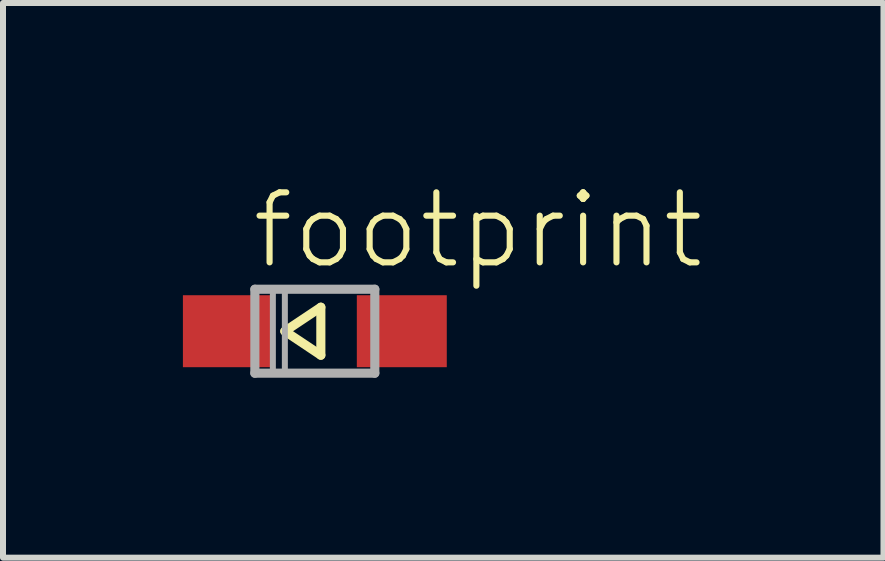
<source format=kicad_pcb>
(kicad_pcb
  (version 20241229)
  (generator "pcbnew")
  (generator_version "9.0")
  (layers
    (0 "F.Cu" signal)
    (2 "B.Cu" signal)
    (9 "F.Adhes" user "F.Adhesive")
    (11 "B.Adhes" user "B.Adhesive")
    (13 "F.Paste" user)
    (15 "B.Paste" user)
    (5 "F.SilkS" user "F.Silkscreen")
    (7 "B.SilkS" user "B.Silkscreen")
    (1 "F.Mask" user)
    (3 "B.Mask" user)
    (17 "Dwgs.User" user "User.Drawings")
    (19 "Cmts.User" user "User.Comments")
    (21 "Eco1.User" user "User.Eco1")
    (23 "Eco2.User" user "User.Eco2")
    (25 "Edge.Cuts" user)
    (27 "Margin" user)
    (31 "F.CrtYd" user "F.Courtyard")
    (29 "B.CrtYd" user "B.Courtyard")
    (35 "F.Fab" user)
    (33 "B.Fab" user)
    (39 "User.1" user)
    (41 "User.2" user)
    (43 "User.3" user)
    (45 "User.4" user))
  (footprint "footprint"
    (layer "F.Cu")
    (at 2.2 2.473)
    (property "Reference" "footprint" (at -1.1 -1 0) (layer "F.SilkS") (effects (font (size 1.168 1.168) (thickness 0.102)) (justify left bottom)))
    (fp_line (start -0.5 0) (end 0.1 -0.4) (stroke (width 0.152) (type solid)) (layer "F.SilkS"))
    (fp_line (start 0.1 -0.4) (end 0.1 0.4) (stroke (width 0.152) (type solid)) (layer "F.SilkS"))
    (fp_line (start 0.1 0.4) (end -0.5 0) (stroke (width 0.152) (type solid)) (layer "F.SilkS"))
    (fp_line (start -1 -0.7) (end 1 -0.7) (stroke (width 0.152) (type solid)) (layer "F.Fab"))
    (fp_line (start -1 0.7) (end -1 -0.7) (stroke (width 0.152) (type solid)) (layer "F.Fab"))
    (fp_line (start 1 -0.7) (end 1 0.7) (stroke (width 0.152) (type solid)) (layer "F.Fab"))
    (fp_line (start 1 0.7) (end -1 0.7) (stroke (width 0.152) (type solid)) (layer "F.Fab"))
    (fp_poly (pts (xy -0.7 0.7) (xy -0.5 0.7) (xy -0.5 -0.7) (xy -0.7 -0.7)) (stroke (width 0.1) (type solid)) (fill no) (layer "F.Fab"))
    (pad "A" smd rect (at 1.45 0) (size 1.5 1.2) (layers "F.Cu" "F.Mask" "F.Paste"))
    (pad "C" smd rect (at -1.45 0) (size 1.5 1.2) (layers "F.Cu" "F.Mask" "F.Paste")))
  (gr_rect
    (start -3 -3)
    (end 11.682 6.249)
    (stroke (width 0.1) (type default))
    (fill no)
    (layer "Edge.Cuts")))
</source>
